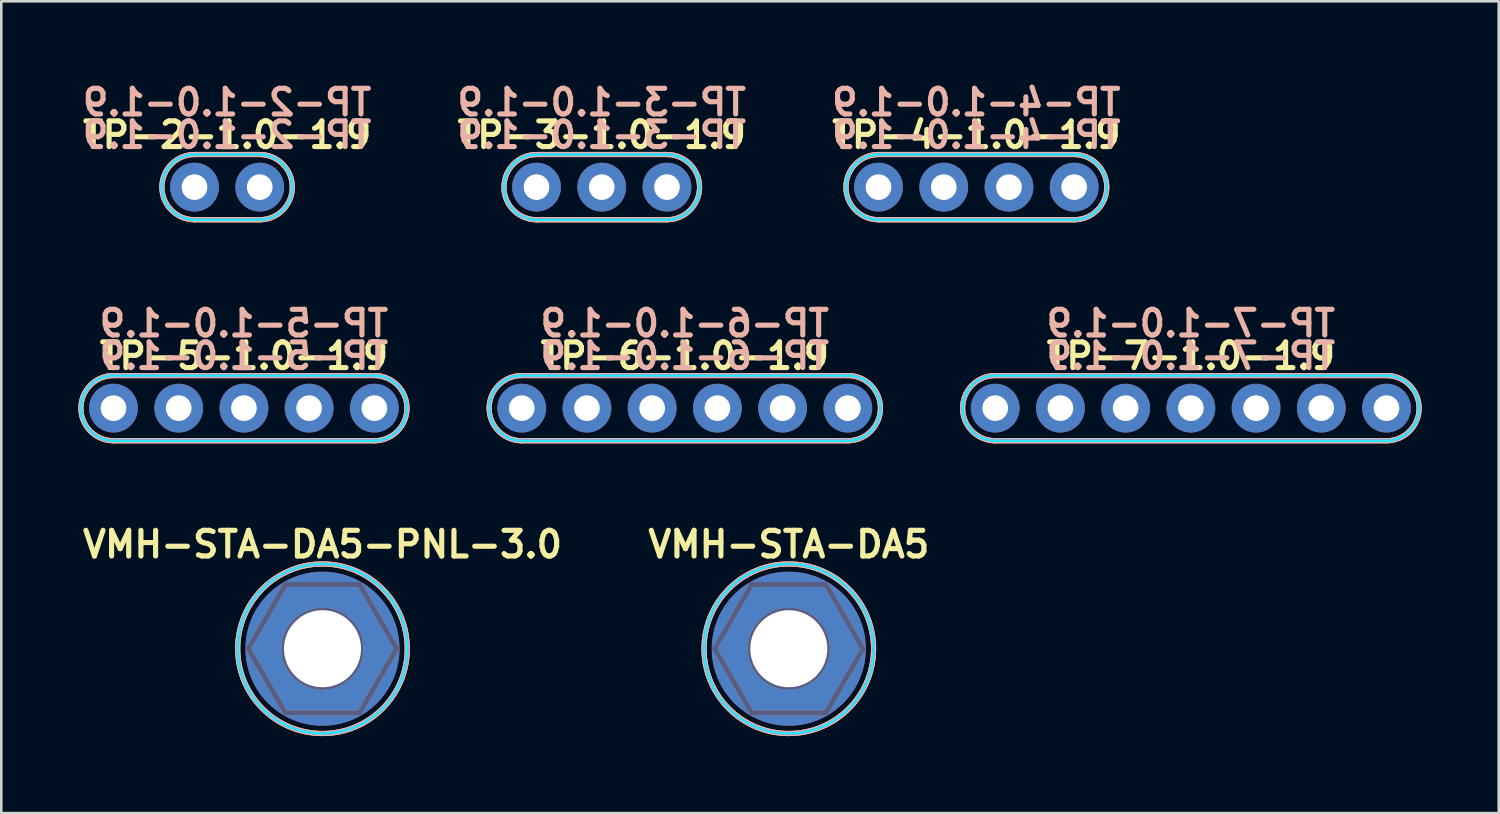
<source format=kicad_pcb>
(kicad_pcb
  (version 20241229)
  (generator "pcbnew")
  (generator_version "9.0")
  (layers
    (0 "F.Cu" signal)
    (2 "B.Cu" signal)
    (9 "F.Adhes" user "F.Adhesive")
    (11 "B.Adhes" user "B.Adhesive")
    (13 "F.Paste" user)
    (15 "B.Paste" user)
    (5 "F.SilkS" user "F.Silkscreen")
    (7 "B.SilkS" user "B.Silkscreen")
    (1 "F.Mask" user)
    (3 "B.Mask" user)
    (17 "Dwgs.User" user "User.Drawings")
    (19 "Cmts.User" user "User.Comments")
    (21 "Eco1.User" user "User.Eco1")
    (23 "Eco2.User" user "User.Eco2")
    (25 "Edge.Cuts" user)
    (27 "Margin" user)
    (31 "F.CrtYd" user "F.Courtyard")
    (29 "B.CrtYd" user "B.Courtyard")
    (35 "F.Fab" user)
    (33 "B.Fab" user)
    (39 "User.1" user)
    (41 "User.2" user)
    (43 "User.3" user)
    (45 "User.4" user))
  (footprint "TP-2-1.0-1.9"
    (layer "F.Cu")
    (at 5.795 4.238)
    (property "Reference" "TP-2-1.0-1.9" (at 0 -2.032 0) (unlocked yes) (layer "F.SilkS") (effects (font (size 1 1) (thickness 0.2))))
    (property "Value" "TP-2-1.0-1.9" (at 0 -3.302 0) (unlocked yes) (layer "F.SilkS") (hide yes) (effects (font (size 1 1) (thickness 0.2))))
    (attr through_hole)
    (fp_line (start -1.27 -1.27) (end 1.27 -1.27) (stroke (width 0.2) (type solid)) (layer "F.SilkS"))
    (fp_line (start -1.27 1.27) (end 1.27 1.27) (stroke (width 0.2) (type solid)) (layer "F.SilkS"))
    (fp_arc (start -1.27 1.27) (mid -2.54 0) (end -1.27 -1.27) (stroke (width 0.2) (type solid)) (layer "F.SilkS"))
    (fp_arc (start 1.27 -1.27) (mid 2.54 0) (end 1.27 1.27) (stroke (width 0.2) (type solid)) (layer "F.SilkS"))
    (fp_line (start -1.27 -1.27) (end 1.27 -1.27) (stroke (width 0.2) (type solid)) (layer "B.SilkS"))
    (fp_line (start -1.27 1.27) (end 1.27 1.27) (stroke (width 0.2) (type solid)) (layer "B.SilkS"))
    (fp_arc (start -1.27 1.27) (mid -2.54 0) (end -1.27 -1.27) (stroke (width 0.2) (type solid)) (layer "B.SilkS"))
    (fp_arc (start 1.27 -1.27) (mid 2.54 0) (end 1.27 1.27) (stroke (width 0.2) (type solid)) (layer "B.SilkS"))
    (fp_line (start -1.27 -1.27) (end 1.27 -1.27) (stroke (width 0.1) (type solid)) (layer "B.CrtYd"))
    (fp_line (start -1.27 1.27) (end 1.27 1.27) (stroke (width 0.1) (type solid)) (layer "B.CrtYd"))
    (fp_arc (start -1.27 1.27) (mid -2.54 0) (end -1.27 -1.27) (stroke (width 0.1) (type solid)) (layer "B.CrtYd"))
    (fp_arc (start 1.27 -1.27) (mid 2.54 0) (end 1.27 1.27) (stroke (width 0.1) (type solid)) (layer "B.CrtYd"))
    (fp_line (start -1.27 -1.27) (end 1.27 -1.27) (stroke (width 0.1) (type solid)) (layer "F.CrtYd"))
    (fp_line (start -1.27 1.27) (end 1.27 1.27) (stroke (width 0.1) (type solid)) (layer "F.CrtYd"))
    (fp_arc (start -1.27 1.27) (mid -2.54 0) (end -1.27 -1.27) (stroke (width 0.1) (type solid)) (layer "F.CrtYd"))
    (fp_arc (start 1.27 -1.27) (mid 2.54 0) (end 1.27 1.27) (stroke (width 0.1) (type solid)) (layer "F.CrtYd"))
    (fp_text user "${REFERENCE}" (at 0 -2.032 0) (unlocked yes) (layer "B.SilkS") (effects (font (size 1 1) (thickness 0.2)) (justify mirror)))
    (fp_text user "${VALUE}" (at 0 -3.302 0) (unlocked yes) (layer "B.SilkS") (effects (font (size 1 1) (thickness 0.2)) (justify mirror)))
    (pad "1" thru_hole circle (at -1.27 0) (size 1.9 1.9) (drill 1) (layers "*.Cu" "*.Mask"))
    (pad "1" thru_hole circle (at 1.27 0) (size 1.9 1.9) (drill 1) (layers "*.Cu" "*.Mask")))
  (footprint "TP-6-1.0-1.9"
    (layer "F.Cu")
    (at 23.62 12.846)
    (property "Reference" "TP-6-1.0-1.9" (at 0 -2.032 0) (unlocked yes) (layer "F.SilkS") (effects (font (size 1 1) (thickness 0.2))))
    (property "Value" "TP-6-1.0-1.9" (at 0 -3.302 0) (unlocked yes) (layer "F.SilkS") (hide yes) (effects (font (size 1 1) (thickness 0.2))))
    (attr through_hole)
    (fp_line (start -6.35 -1.27) (end 6.35 -1.27) (stroke (width 0.2) (type solid)) (layer "F.SilkS"))
    (fp_line (start -6.35 1.27) (end 6.35 1.27) (stroke (width 0.2) (type solid)) (layer "F.SilkS"))
    (fp_arc (start -6.35 1.27) (mid -7.62 0) (end -6.35 -1.27) (stroke (width 0.2) (type solid)) (layer "F.SilkS"))
    (fp_arc (start 6.35 -1.27) (mid 7.62 0) (end 6.35 1.27) (stroke (width 0.2) (type solid)) (layer "F.SilkS"))
    (fp_line (start -6.35 -1.27) (end 6.35 -1.27) (stroke (width 0.2) (type solid)) (layer "B.SilkS"))
    (fp_line (start -6.35 1.27) (end 6.35 1.27) (stroke (width 0.2) (type solid)) (layer "B.SilkS"))
    (fp_arc (start -6.35 1.27) (mid -7.62 0) (end -6.35 -1.27) (stroke (width 0.2) (type solid)) (layer "B.SilkS"))
    (fp_arc (start 6.35 -1.27) (mid 7.62 0) (end 6.35 1.27) (stroke (width 0.2) (type solid)) (layer "B.SilkS"))
    (fp_line (start -6.35 -1.27) (end 6.35 -1.27) (stroke (width 0.1) (type solid)) (layer "B.CrtYd"))
    (fp_line (start -6.35 1.27) (end 6.35 1.27) (stroke (width 0.1) (type solid)) (layer "B.CrtYd"))
    (fp_arc (start -6.35 1.27) (mid -7.62 0) (end -6.35 -1.27) (stroke (width 0.1) (type solid)) (layer "B.CrtYd"))
    (fp_arc (start 6.35 -1.27) (mid 7.62 0) (end 6.35 1.27) (stroke (width 0.1) (type solid)) (layer "B.CrtYd"))
    (fp_line (start -6.35 -1.27) (end 6.35 -1.27) (stroke (width 0.1) (type solid)) (layer "F.CrtYd"))
    (fp_line (start -6.35 1.27) (end 6.35 1.27) (stroke (width 0.1) (type solid)) (layer "F.CrtYd"))
    (fp_arc (start -6.35 1.27) (mid -7.62 0) (end -6.35 -1.27) (stroke (width 0.1) (type solid)) (layer "F.CrtYd"))
    (fp_arc (start 6.35 -1.27) (mid 7.62 0) (end 6.35 1.27) (stroke (width 0.1) (type solid)) (layer "F.CrtYd"))
    (fp_text user "${VALUE}" (at 0 -3.302 0) (unlocked yes) (layer "B.SilkS") (effects (font (size 1 1) (thickness 0.2)) (justify mirror)))
    (fp_text user "${REFERENCE}" (at 0 -2.032 0) (unlocked yes) (layer "B.SilkS") (effects (font (size 1 1) (thickness 0.2)) (justify mirror)))
    (pad "1" thru_hole circle (at -6.35 0) (size 1.9 1.9) (drill 1) (layers "*.Cu" "*.Mask"))
    (pad "1" thru_hole circle (at -3.81 0) (size 1.9 1.9) (drill 1) (layers "*.Cu" "*.Mask"))
    (pad "1" thru_hole circle (at -1.27 0) (size 1.9 1.9) (drill 1) (layers "*.Cu" "*.Mask"))
    (pad "1" thru_hole circle (at 1.27 0) (size 1.9 1.9) (drill 1) (layers "*.Cu" "*.Mask"))
    (pad "1" thru_hole circle (at 3.81 0) (size 1.9 1.9) (drill 1) (layers "*.Cu" "*.Mask"))
    (pad "1" thru_hole circle (at 6.35 0) (size 1.9 1.9) (drill 1) (layers "*.Cu" "*.Mask")))
  (footprint "VMH-STA-DA5"
    (layer "F.Cu")
    (at 27.671 22.216)
    (property "Reference" "VMH-STA-DA5" (at 0 -4.064 0) (layer "F.SilkS") (effects (font (size 1 1) (thickness 0.2))))
    (attr through_hole)
    (fp_circle (center 0 0) (end 3.302 0) (stroke (width 0.2) (type solid)) (fill no) (layer "F.SilkS"))
    (fp_circle (center 0 0) (end 3.302 0) (stroke (width 0.2) (type solid)) (fill no) (layer "B.SilkS"))
    (fp_circle (center 0 0) (end 3.302 0) (stroke (width 0.1) (type solid)) (fill no) (layer "B.CrtYd"))
    (fp_circle (center 0 0) (end 3.302 0) (stroke (width 0.1) (type solid)) (fill no) (layer "F.CrtYd"))
    (fp_line (start -2.887 0) (end -1.444 2.5) (stroke (width 0.2) (type solid)) (layer "B.Fab"))
    (fp_line (start -1.444 -2.5) (end -2.887 0) (stroke (width 0.2) (type solid)) (layer "B.Fab"))
    (fp_line (start -1.444 -2.5) (end 1.444 -2.5) (stroke (width 0.2) (type solid)) (layer "B.Fab"))
    (fp_line (start -1.444 2.5) (end 1.444 2.5) (stroke (width 0.2) (type solid)) (layer "B.Fab"))
    (fp_line (start 1.444 -2.5) (end 2.887 0) (stroke (width 0.2) (type solid)) (layer "B.Fab"))
    (fp_line (start 2.887 0) (end 1.444 2.5) (stroke (width 0.2) (type solid)) (layer "B.Fab"))
    (fp_circle (center 0 0) (end 1.5 0) (stroke (width 0.2) (type solid)) (fill no) (layer "B.Fab"))
    (fp_line (start -2.887 0) (end -1.444 2.5) (stroke (width 0.2) (type solid)) (layer "F.Fab"))
    (fp_line (start -1.444 -2.5) (end -2.887 0) (stroke (width 0.2) (type solid)) (layer "F.Fab"))
    (fp_line (start -1.444 -2.5) (end 1.444 -2.5) (stroke (width 0.2) (type solid)) (layer "F.Fab"))
    (fp_line (start -1.444 2.5) (end 1.444 2.5) (stroke (width 0.2) (type solid)) (layer "F.Fab"))
    (fp_line (start 1.444 -2.5) (end 2.887 0) (stroke (width 0.2) (type solid)) (layer "F.Fab"))
    (fp_line (start 2.887 0) (end 1.444 2.5) (stroke (width 0.2) (type solid)) (layer "F.Fab"))
    (fp_circle (center 0 0) (end 1.5 0) (stroke (width 0.2) (type solid)) (fill no) (layer "F.Fab"))
    (pad "0" thru_hole circle (at 0 0) (size 6 6) (drill 3) (layers "*.Cu" "*.Mask")))
  (footprint "TP-3-1.0-1.9"
    (layer "F.Cu")
    (at 20.386 4.238)
    (property "Reference" "TP-3-1.0-1.9" (at 0 -2.032 0) (unlocked yes) (layer "F.SilkS") (effects (font (size 1 1) (thickness 0.2))))
    (property "Value" "TP-3-1.0-1.9" (at 0 -3.302 0) (unlocked yes) (layer "F.SilkS") (hide yes) (effects (font (size 1 1) (thickness 0.2))))
    (attr through_hole)
    (fp_line (start -2.54 -1.27) (end 2.54 -1.27) (stroke (width 0.2) (type solid)) (layer "F.SilkS"))
    (fp_line (start -2.54 1.27) (end 2.54 1.27) (stroke (width 0.2) (type solid)) (layer "F.SilkS"))
    (fp_arc (start -2.54 1.27) (mid -3.81 0) (end -2.54 -1.27) (stroke (width 0.2) (type solid)) (layer "F.SilkS"))
    (fp_arc (start 2.54 -1.27) (mid 3.81 0) (end 2.54 1.27) (stroke (width 0.2) (type solid)) (layer "F.SilkS"))
    (fp_line (start -2.54 -1.27) (end 2.54 -1.27) (stroke (width 0.2) (type solid)) (layer "B.SilkS"))
    (fp_line (start -2.54 1.27) (end 2.54 1.27) (stroke (width 0.2) (type solid)) (layer "B.SilkS"))
    (fp_arc (start -2.54 1.27) (mid -3.81 0) (end -2.54 -1.27) (stroke (width 0.2) (type solid)) (layer "B.SilkS"))
    (fp_arc (start 2.54 -1.27) (mid 3.81 0) (end 2.54 1.27) (stroke (width 0.2) (type solid)) (layer "B.SilkS"))
    (fp_line (start -2.54 -1.27) (end 2.54 -1.27) (stroke (width 0.1) (type solid)) (layer "B.CrtYd"))
    (fp_line (start -2.54 1.27) (end 2.54 1.27) (stroke (width 0.1) (type solid)) (layer "B.CrtYd"))
    (fp_arc (start -2.54 1.27) (mid -3.81 0) (end -2.54 -1.27) (stroke (width 0.1) (type solid)) (layer "B.CrtYd"))
    (fp_arc (start 2.54 -1.27) (mid 3.81 0) (end 2.54 1.27) (stroke (width 0.1) (type solid)) (layer "B.CrtYd"))
    (fp_line (start -2.54 -1.27) (end 2.54 -1.27) (stroke (width 0.1) (type solid)) (layer "F.CrtYd"))
    (fp_line (start -2.54 1.27) (end 2.54 1.27) (stroke (width 0.1) (type solid)) (layer "F.CrtYd"))
    (fp_arc (start -2.54 1.27) (mid -3.81 0) (end -2.54 -1.27) (stroke (width 0.1) (type solid)) (layer "F.CrtYd"))
    (fp_arc (start 2.54 -1.27) (mid 3.81 0) (end 2.54 1.27) (stroke (width 0.1) (type solid)) (layer "F.CrtYd"))
    (fp_text user "${VALUE}" (at 0 -3.302 0) (unlocked yes) (layer "B.SilkS") (effects (font (size 1 1) (thickness 0.2)) (justify mirror)))
    (fp_text user "${REFERENCE}" (at 0 -2.032 0) (unlocked yes) (layer "B.SilkS") (effects (font (size 1 1) (thickness 0.2)) (justify mirror)))
    (pad "1" thru_hole circle (at -2.54 0) (size 1.9 1.9) (drill 1) (layers "*.Cu" "*.Mask"))
    (pad "1" thru_hole circle (at 0 0) (size 1.9 1.9) (drill 1) (layers "*.Cu" "*.Mask"))
    (pad "1" thru_hole circle (at 2.54 0) (size 1.9 1.9) (drill 1) (layers "*.Cu" "*.Mask")))
  (footprint "TP-4-1.0-1.9"
    (layer "F.Cu")
    (at 34.976 4.238)
    (property "Reference" "TP-4-1.0-1.9" (at 0 -2.032 0) (unlocked yes) (layer "F.SilkS") (effects (font (size 1 1) (thickness 0.2))))
    (property "Value" "TP-4-1.0-1.9" (at 0 -3.302 0) (unlocked yes) (layer "F.SilkS") (hide yes) (effects (font (size 1 1) (thickness 0.2))))
    (attr through_hole)
    (fp_line (start -3.81 -1.27) (end 3.81 -1.27) (stroke (width 0.2) (type solid)) (layer "F.SilkS"))
    (fp_line (start -3.81 1.27) (end 3.81 1.27) (stroke (width 0.2) (type solid)) (layer "F.SilkS"))
    (fp_arc (start -3.81 1.27) (mid -5.08 0) (end -3.81 -1.27) (stroke (width 0.2) (type solid)) (layer "F.SilkS"))
    (fp_arc (start 3.81 -1.27) (mid 5.08 0) (end 3.81 1.27) (stroke (width 0.2) (type solid)) (layer "F.SilkS"))
    (fp_line (start -3.81 -1.27) (end 3.81 -1.27) (stroke (width 0.2) (type solid)) (layer "B.SilkS"))
    (fp_line (start -3.81 1.27) (end 3.81 1.27) (stroke (width 0.2) (type solid)) (layer "B.SilkS"))
    (fp_arc (start -3.81 1.27) (mid -5.08 0) (end -3.81 -1.27) (stroke (width 0.2) (type solid)) (layer "B.SilkS"))
    (fp_arc (start 3.81 -1.27) (mid 5.08 0) (end 3.81 1.27) (stroke (width 0.2) (type solid)) (layer "B.SilkS"))
    (fp_line (start -3.81 -1.27) (end 3.81 -1.27) (stroke (width 0.1) (type solid)) (layer "B.CrtYd"))
    (fp_line (start -3.81 1.27) (end 3.81 1.27) (stroke (width 0.1) (type solid)) (layer "B.CrtYd"))
    (fp_arc (start -3.81 1.27) (mid -5.08 0) (end -3.81 -1.27) (stroke (width 0.1) (type solid)) (layer "B.CrtYd"))
    (fp_arc (start 3.81 -1.27) (mid 5.08 0) (end 3.81 1.27) (stroke (width 0.1) (type solid)) (layer "B.CrtYd"))
    (fp_line (start -3.81 -1.27) (end 3.81 -1.27) (stroke (width 0.1) (type solid)) (layer "F.CrtYd"))
    (fp_line (start -3.81 1.27) (end 3.81 1.27) (stroke (width 0.1) (type solid)) (layer "F.CrtYd"))
    (fp_arc (start -3.81 1.27) (mid -5.08 0) (end -3.81 -1.27) (stroke (width 0.1) (type solid)) (layer "F.CrtYd"))
    (fp_arc (start 3.81 -1.27) (mid 5.08 0) (end 3.81 1.27) (stroke (width 0.1) (type solid)) (layer "F.CrtYd"))
    (fp_text user "${VALUE}" (at 0 -3.302 0) (unlocked yes) (layer "B.SilkS") (effects (font (size 1 1) (thickness 0.2)) (justify mirror)))
    (fp_text user "${REFERENCE}" (at 0 -2.032 0) (unlocked yes) (layer "B.SilkS") (effects (font (size 1 1) (thickness 0.2)) (justify mirror)))
    (pad "1" thru_hole circle (at -3.81 0) (size 1.9 1.9) (drill 1) (layers "*.Cu" "*.Mask"))
    (pad "1" thru_hole circle (at -1.27 0) (size 1.9 1.9) (drill 1) (layers "*.Cu" "*.Mask"))
    (pad "1" thru_hole circle (at 1.27 0) (size 1.9 1.9) (drill 1) (layers "*.Cu" "*.Mask"))
    (pad "1" thru_hole circle (at 3.81 0) (size 1.9 1.9) (drill 1) (layers "*.Cu" "*.Mask")))
  (footprint "TP-7-1.0-1.9"
    (layer "F.Cu")
    (at 43.33 12.846)
    (property "Reference" "TP-7-1.0-1.9" (at 0 -2.032 0) (unlocked yes) (layer "F.SilkS") (effects (font (size 1 1) (thickness 0.2))))
    (property "Value" "TP-7-1.0-1.9" (at 0 -3.302 0) (unlocked yes) (layer "F.SilkS") (hide yes) (effects (font (size 1 1) (thickness 0.2))))
    (attr through_hole)
    (fp_line (start -7.62 -1.27) (end 7.62 -1.27) (stroke (width 0.2) (type solid)) (layer "F.SilkS"))
    (fp_line (start -7.62 1.27) (end 7.62 1.27) (stroke (width 0.2) (type solid)) (layer "F.SilkS"))
    (fp_arc (start -7.62 1.27) (mid -8.89 0) (end -7.62 -1.27) (stroke (width 0.2) (type solid)) (layer "F.SilkS"))
    (fp_arc (start 7.62 -1.27) (mid 8.89 0) (end 7.62 1.27) (stroke (width 0.2) (type solid)) (layer "F.SilkS"))
    (fp_line (start -7.62 -1.27) (end 7.62 -1.27) (stroke (width 0.2) (type solid)) (layer "B.SilkS"))
    (fp_line (start -7.62 1.27) (end 7.62 1.27) (stroke (width 0.2) (type solid)) (layer "B.SilkS"))
    (fp_arc (start -7.62 1.27) (mid -8.89 0) (end -7.62 -1.27) (stroke (width 0.2) (type solid)) (layer "B.SilkS"))
    (fp_arc (start 7.62 -1.27) (mid 8.89 0) (end 7.62 1.27) (stroke (width 0.2) (type solid)) (layer "B.SilkS"))
    (fp_line (start -7.62 -1.27) (end 7.62 -1.27) (stroke (width 0.1) (type solid)) (layer "B.CrtYd"))
    (fp_line (start -7.62 1.27) (end 7.62 1.27) (stroke (width 0.1) (type solid)) (layer "B.CrtYd"))
    (fp_arc (start -7.62 1.27) (mid -8.89 0) (end -7.62 -1.27) (stroke (width 0.1) (type solid)) (layer "B.CrtYd"))
    (fp_arc (start 7.62 -1.27) (mid 8.89 0) (end 7.62 1.27) (stroke (width 0.1) (type solid)) (layer "B.CrtYd"))
    (fp_line (start -7.62 -1.27) (end 7.62 -1.27) (stroke (width 0.1) (type solid)) (layer "F.CrtYd"))
    (fp_line (start -7.62 1.27) (end 7.62 1.27) (stroke (width 0.1) (type solid)) (layer "F.CrtYd"))
    (fp_arc (start -7.62 1.27) (mid -8.89 0) (end -7.62 -1.27) (stroke (width 0.1) (type solid)) (layer "F.CrtYd"))
    (fp_arc (start 7.62 -1.27) (mid 8.89 0) (end 7.62 1.27) (stroke (width 0.1) (type solid)) (layer "F.CrtYd"))
    (fp_text user "${REFERENCE}" (at 0 -2.032 0) (unlocked yes) (layer "B.SilkS") (effects (font (size 1 1) (thickness 0.2)) (justify mirror)))
    (fp_text user "${VALUE}" (at 0 -3.302 0) (unlocked yes) (layer "B.SilkS") (effects (font (size 1 1) (thickness 0.2)) (justify mirror)))
    (pad "1" thru_hole circle (at -7.62 0) (size 1.9 1.9) (drill 1) (layers "*.Cu" "*.Mask"))
    (pad "1" thru_hole circle (at -5.08 0) (size 1.9 1.9) (drill 1) (layers "*.Cu" "*.Mask"))
    (pad "1" thru_hole circle (at -2.54 0) (size 1.9 1.9) (drill 1) (layers "*.Cu" "*.Mask"))
    (pad "1" thru_hole circle (at 0 0) (size 1.9 1.9) (drill 1) (layers "*.Cu" "*.Mask"))
    (pad "1" thru_hole circle (at 2.54 0) (size 1.9 1.9) (drill 1) (layers "*.Cu" "*.Mask"))
    (pad "1" thru_hole circle (at 5.08 0) (size 1.9 1.9) (drill 1) (layers "*.Cu" "*.Mask"))
    (pad "1" thru_hole circle (at 7.62 0) (size 1.9 1.9) (drill 1) (layers "*.Cu" "*.Mask")))
  (footprint "VMH-STA-DA5-PNL-3.0"
    (layer "F.Cu")
    (at 9.51 22.216)
    (property "Reference" "VMH-STA-DA5-PNL-3.0" (at 0 -4.064 0) (layer "F.SilkS") (effects (font (size 1 1) (thickness 0.2))))
    (attr through_hole)
    (fp_circle (center 0 0) (end 3.302 0) (stroke (width 0.2) (type solid)) (fill no) (layer "F.SilkS"))
    (fp_circle (center 0 0) (end 3.302 0) (stroke (width 0.2) (type solid)) (fill no) (layer "B.SilkS"))
    (fp_circle (center 0 0) (end 1.5 0) (stroke (width 0.4) (type solid)) (fill no) (layer "Eco1.User"))
    (fp_circle (center 0 0) (end 3.302 0) (stroke (width 0.1) (type solid)) (fill no) (layer "B.CrtYd"))
    (fp_circle (center 0 0) (end 3.302 0) (stroke (width 0.1) (type solid)) (fill no) (layer "F.CrtYd"))
    (fp_line (start -2.887 0) (end -1.444 2.5) (stroke (width 0.2) (type solid)) (layer "B.Fab"))
    (fp_line (start -1.444 -2.5) (end -2.887 0) (stroke (width 0.2) (type solid)) (layer "B.Fab"))
    (fp_line (start -1.444 -2.5) (end 1.444 -2.5) (stroke (width 0.2) (type solid)) (layer "B.Fab"))
    (fp_line (start -1.444 2.5) (end 1.444 2.5) (stroke (width 0.2) (type solid)) (layer "B.Fab"))
    (fp_line (start 1.444 -2.5) (end 2.887 0) (stroke (width 0.2) (type solid)) (layer "B.Fab"))
    (fp_line (start 2.887 0) (end 1.444 2.5) (stroke (width 0.2) (type solid)) (layer "B.Fab"))
    (fp_circle (center 0 0) (end 1.5 0) (stroke (width 0.2) (type solid)) (fill no) (layer "B.Fab"))
    (fp_line (start -2.887 0) (end -1.444 2.5) (stroke (width 0.2) (type solid)) (layer "F.Fab"))
    (fp_line (start -1.444 -2.5) (end -2.887 0) (stroke (width 0.2) (type solid)) (layer "F.Fab"))
    (fp_line (start -1.444 -2.5) (end 1.444 -2.5) (stroke (width 0.2) (type solid)) (layer "F.Fab"))
    (fp_line (start -1.444 2.5) (end 1.444 2.5) (stroke (width 0.2) (type solid)) (layer "F.Fab"))
    (fp_line (start 1.444 -2.5) (end 2.887 0) (stroke (width 0.2) (type solid)) (layer "F.Fab"))
    (fp_line (start 2.887 0) (end 1.444 2.5) (stroke (width 0.2) (type solid)) (layer "F.Fab"))
    (fp_circle (center 0 0) (end 1.5 0) (stroke (width 0.2) (type solid)) (fill no) (layer "F.Fab"))
    (pad "0" thru_hole circle (at 0 0) (size 6 6) (drill 3) (layers "*.Cu" "*.Mask")))
  (footprint "TP-5-1.0-1.9"
    (layer "F.Cu")
    (at 6.45 12.846)
    (property "Reference" "TP-5-1.0-1.9" (at 0 -2.032 0) (unlocked yes) (layer "F.SilkS") (effects (font (size 1 1) (thickness 0.2))))
    (property "Value" "TP-5-1.0-1.9" (at 0 -3.302 0) (unlocked yes) (layer "F.SilkS") (hide yes) (effects (font (size 1 1) (thickness 0.2))))
    (attr through_hole)
    (fp_line (start -5.08 -1.27) (end 5.08 -1.27) (stroke (width 0.2) (type solid)) (layer "F.SilkS"))
    (fp_line (start -5.08 1.27) (end 5.08 1.27) (stroke (width 0.2) (type solid)) (layer "F.SilkS"))
    (fp_arc (start -5.08 1.27) (mid -6.35 0) (end -5.08 -1.27) (stroke (width 0.2) (type solid)) (layer "F.SilkS"))
    (fp_arc (start 5.08 -1.27) (mid 6.35 0) (end 5.08 1.27) (stroke (width 0.2) (type solid)) (layer "F.SilkS"))
    (fp_line (start -5.08 -1.27) (end 5.08 -1.27) (stroke (width 0.2) (type solid)) (layer "B.SilkS"))
    (fp_line (start -5.08 1.27) (end 5.08 1.27) (stroke (width 0.2) (type solid)) (layer "B.SilkS"))
    (fp_arc (start -5.08 1.27) (mid -6.35 0) (end -5.08 -1.27) (stroke (width 0.2) (type solid)) (layer "B.SilkS"))
    (fp_arc (start 5.08 -1.27) (mid 6.35 0) (end 5.08 1.27) (stroke (width 0.2) (type solid)) (layer "B.SilkS"))
    (fp_line (start -5.08 -1.27) (end 5.08 -1.27) (stroke (width 0.1) (type solid)) (layer "B.CrtYd"))
    (fp_line (start -5.08 1.27) (end 5.08 1.27) (stroke (width 0.1) (type solid)) (layer "B.CrtYd"))
    (fp_arc (start -5.08 1.27) (mid -6.35 0) (end -5.08 -1.27) (stroke (width 0.1) (type solid)) (layer "B.CrtYd"))
    (fp_arc (start 5.08 -1.27) (mid 6.35 0) (end 5.08 1.27) (stroke (width 0.1) (type solid)) (layer "B.CrtYd"))
    (fp_line (start -5.08 -1.27) (end 5.08 -1.27) (stroke (width 0.1) (type solid)) (layer "F.CrtYd"))
    (fp_line (start -5.08 1.27) (end 5.08 1.27) (stroke (width 0.1) (type solid)) (layer "F.CrtYd"))
    (fp_arc (start -5.08 1.27) (mid -6.35 0) (end -5.08 -1.27) (stroke (width 0.1) (type solid)) (layer "F.CrtYd"))
    (fp_arc (start 5.08 -1.27) (mid 6.35 0) (end 5.08 1.27) (stroke (width 0.1) (type solid)) (layer "F.CrtYd"))
    (fp_text user "${REFERENCE}" (at 0 -2.032 0) (unlocked yes) (layer "B.SilkS") (effects (font (size 1 1) (thickness 0.2)) (justify mirror)))
    (fp_text user "${VALUE}" (at 0 -3.302 0) (unlocked yes) (layer "B.SilkS") (effects (font (size 1 1) (thickness 0.2)) (justify mirror)))
    (pad "1" thru_hole circle (at -5.08 0) (size 1.9 1.9) (drill 1) (layers "*.Cu" "*.Mask"))
    (pad "1" thru_hole circle (at -2.54 0) (size 1.9 1.9) (drill 1) (layers "*.Cu" "*.Mask"))
    (pad "1" thru_hole circle (at 0 0) (size 1.9 1.9) (drill 1) (layers "*.Cu" "*.Mask"))
    (pad "1" thru_hole circle (at 2.54 0) (size 1.9 1.9) (drill 1) (layers "*.Cu" "*.Mask"))
    (pad "1" thru_hole circle (at 5.08 0) (size 1.9 1.9) (drill 1) (layers "*.Cu" "*.Mask")))
  (gr_rect
    (start -3 -3)
    (end 55.32 28.618)
    (stroke (width 0.1) (type default))
    (fill no)
    (layer "Edge.Cuts")))
</source>
